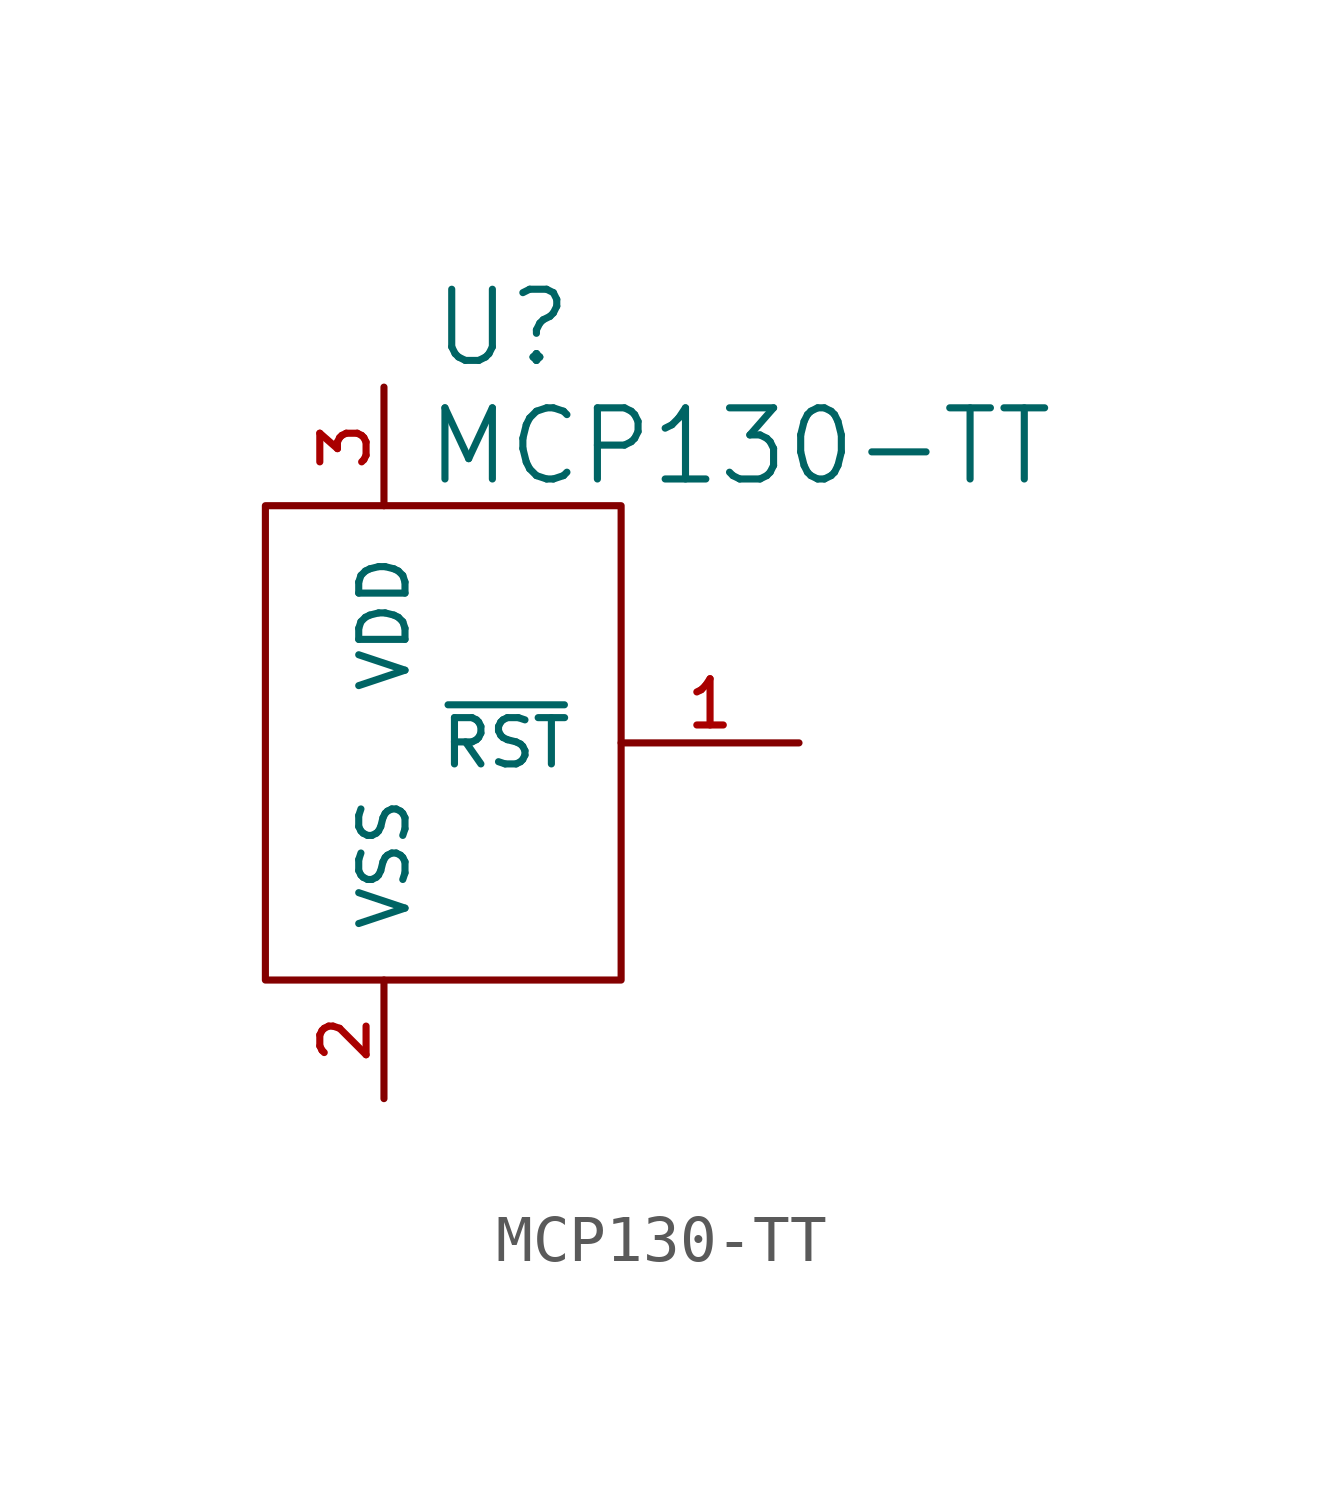
<source format=kicad_sym>
(kicad_symbol_lib
  (version 20220914)
  (generator kicad_symbol_editor)
  (symbol "MCP130-TT"
    (pin_names
      (offset 1.016))
    (property "Reference" "U"
      (at 1.27 8.89 0)
      (effects (font (size 1.524 1.524))))
    (property "Value" "MCP130-TT"
      (at 6.35 6.35 0)
      (effects (font (size 1.524 1.524))))
    (property "Footprint" ""
      (at 0 0 0)
      (effects (font (size 1.524 1.524))))
    (property "Datasheet" ""
      (at 0 0 0)
      (effects (font (size 1.524 1.524))))
    (symbol "MCP130-TT_0_1"
      (rectangle (start -3.81 5.08) (end 3.81 -5.08) (stroke (width 0) (type solid)) (fill (type none))))
    (symbol "MCP130-TT_1_1"
      (pin passive line (at 7.62 0 180) (length 3.81) (name "~{RST}" (effects (font (size 0.991 0.991)))) (number "1" (effects (font (size 0.991 0.991)))))
      (pin passive line (at -1.27 -7.62 90) (length 2.54) (name "VSS" (effects (font (size 0.991 0.991)))) (number "2" (effects (font (size 0.991 0.991)))))
      (pin bidirectional line (at -1.27 7.62 270) (length 2.54) (name "VDD" (effects (font (size 0.991 0.991)))) (number "3" (effects (font (size 0.991 0.991))))))))
</source>
